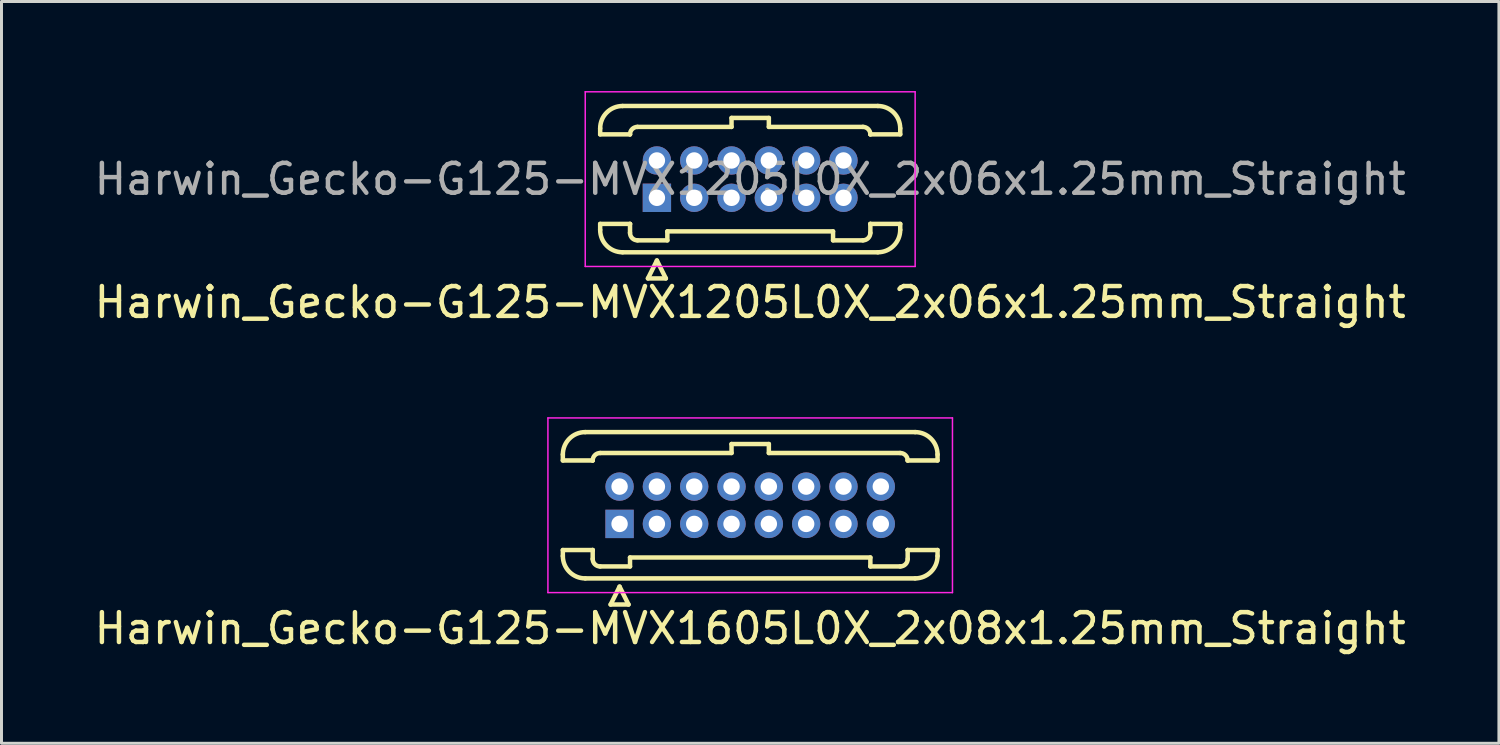
<source format=kicad_pcb>
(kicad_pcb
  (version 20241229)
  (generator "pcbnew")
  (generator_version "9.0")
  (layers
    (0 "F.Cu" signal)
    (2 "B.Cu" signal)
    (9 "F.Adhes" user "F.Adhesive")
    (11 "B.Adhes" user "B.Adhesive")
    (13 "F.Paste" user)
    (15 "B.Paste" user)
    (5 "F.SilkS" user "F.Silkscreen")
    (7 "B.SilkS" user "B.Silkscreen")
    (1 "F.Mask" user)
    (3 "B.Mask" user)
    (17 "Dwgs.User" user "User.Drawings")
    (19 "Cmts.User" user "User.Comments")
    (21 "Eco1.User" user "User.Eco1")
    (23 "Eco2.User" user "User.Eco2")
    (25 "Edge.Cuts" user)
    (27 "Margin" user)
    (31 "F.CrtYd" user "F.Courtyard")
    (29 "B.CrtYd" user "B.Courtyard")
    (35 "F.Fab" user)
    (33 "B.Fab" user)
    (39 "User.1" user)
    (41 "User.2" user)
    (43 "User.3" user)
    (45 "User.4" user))
  (footprint "Harwin_Gecko-G125-MVX1205L0X_2x06x1.25mm_Straight"
    (layer "F.Cu")
    (at 18.952 3.575)
    (property "Reference" "Harwin_Gecko-G125-MVX1205L0X_2x06x1.25mm_Straight" (at 3.125 3.5 0) (layer "F.SilkS") (effects (font (size 1 1) (thickness 0.15))))
    (attr through_hole)
    (fp_line (start -1.9 -2.325) (end -1.9 -2.125) (stroke (width 0.15) (type solid)) (layer "F.SilkS"))
    (fp_line (start -1.9 -2.125) (end -0.9 -2.125) (stroke (width 0.15) (type solid)) (layer "F.SilkS"))
    (fp_line (start -1.9 0.875) (end -0.9 0.875) (stroke (width 0.15) (type solid)) (layer "F.SilkS"))
    (fp_line (start -1.9 1.075) (end -1.9 0.875) (stroke (width 0.15) (type solid)) (layer "F.SilkS"))
    (fp_line (start -1.15 -3.075) (end 7.4 -3.075) (stroke (width 0.15) (type solid)) (layer "F.SilkS"))
    (fp_line (start -1.15 1.825) (end 7.4 1.825) (stroke (width 0.15) (type solid)) (layer "F.SilkS"))
    (fp_line (start -0.9 -2.125) (end -0.9 -2.125) (stroke (width 0.15) (type solid)) (layer "F.SilkS"))
    (fp_line (start -0.9 0.875) (end -0.9 0.875) (stroke (width 0.15) (type solid)) (layer "F.SilkS"))
    (fp_line (start -0.9 1.175) (end -0.9 0.875) (stroke (width 0.15) (type solid)) (layer "F.SilkS"))
    (fp_line (start -0.65 -2.375) (end 2.5 -2.375) (stroke (width 0.15) (type solid)) (layer "F.SilkS"))
    (fp_line (start -0.65 1.425) (end 0.35 1.425) (stroke (width 0.15) (type solid)) (layer "F.SilkS"))
    (fp_line (start -0.3 2.7) (end 0.3 2.7) (stroke (width 0.15) (type solid)) (layer "F.SilkS"))
    (fp_line (start 0 2.1) (end -0.3 2.7) (stroke (width 0.15) (type solid)) (layer "F.SilkS"))
    (fp_line (start 0.3 2.7) (end 0 2.1) (stroke (width 0.15) (type solid)) (layer "F.SilkS"))
    (fp_line (start 0.35 1.125) (end 5.9 1.125) (stroke (width 0.15) (type solid)) (layer "F.SilkS"))
    (fp_line (start 0.35 1.425) (end 0.35 1.125) (stroke (width 0.15) (type solid)) (layer "F.SilkS"))
    (fp_line (start 2.5 -2.675) (end 3.75 -2.675) (stroke (width 0.15) (type solid)) (layer "F.SilkS"))
    (fp_line (start 2.5 -2.375) (end 2.5 -2.675) (stroke (width 0.15) (type solid)) (layer "F.SilkS"))
    (fp_line (start 3.75 -2.675) (end 3.75 -2.375) (stroke (width 0.15) (type solid)) (layer "F.SilkS"))
    (fp_line (start 3.75 -2.375) (end 6.9 -2.375) (stroke (width 0.15) (type solid)) (layer "F.SilkS"))
    (fp_line (start 5.9 1.125) (end 5.9 1.425) (stroke (width 0.15) (type solid)) (layer "F.SilkS"))
    (fp_line (start 5.9 1.425) (end 6.9 1.425) (stroke (width 0.15) (type solid)) (layer "F.SilkS"))
    (fp_line (start 7.15 -2.125) (end 7.15 -2.125) (stroke (width 0.15) (type solid)) (layer "F.SilkS"))
    (fp_line (start 7.15 0.875) (end 7.15 0.875) (stroke (width 0.15) (type solid)) (layer "F.SilkS"))
    (fp_line (start 7.15 1.175) (end 7.15 0.875) (stroke (width 0.15) (type solid)) (layer "F.SilkS"))
    (fp_line (start 8.15 -2.325) (end 8.15 -2.125) (stroke (width 0.15) (type solid)) (layer "F.SilkS"))
    (fp_line (start 8.15 -2.125) (end 7.15 -2.125) (stroke (width 0.15) (type solid)) (layer "F.SilkS"))
    (fp_line (start 8.15 0.875) (end 7.15 0.875) (stroke (width 0.15) (type solid)) (layer "F.SilkS"))
    (fp_line (start 8.15 1.075) (end 8.15 0.875) (stroke (width 0.15) (type solid)) (layer "F.SilkS"))
    (fp_arc (start -1.9 -2.325) (mid -1.68033 -2.85533) (end -1.15 -3.075) (stroke (width 0.15) (type solid)) (layer "F.SilkS"))
    (fp_arc (start -1.15 1.825) (mid -1.68033 1.60533) (end -1.9 1.075) (stroke (width 0.15) (type solid)) (layer "F.SilkS"))
    (fp_arc (start -0.9 -2.125) (mid -0.826777 -2.301777) (end -0.65 -2.375) (stroke (width 0.15) (type solid)) (layer "F.SilkS"))
    (fp_arc (start -0.65 1.425) (mid -0.826777 1.351777) (end -0.9 1.175) (stroke (width 0.15) (type solid)) (layer "F.SilkS"))
    (fp_arc (start 6.9 -2.375) (mid 7.076777 -2.301777) (end 7.15 -2.125) (stroke (width 0.15) (type solid)) (layer "F.SilkS"))
    (fp_arc (start 7.15 1.175) (mid 7.076777 1.351777) (end 6.9 1.425) (stroke (width 0.15) (type solid)) (layer "F.SilkS"))
    (fp_arc (start 7.4 -3.075) (mid 7.93033 -2.85533) (end 8.15 -2.325) (stroke (width 0.15) (type solid)) (layer "F.SilkS"))
    (fp_arc (start 8.15 1.075) (mid 7.93033 1.60533) (end 7.4 1.825) (stroke (width 0.15) (type solid)) (layer "F.SilkS"))
    (fp_line (start -2.4 -3.55) (end -2.4 2.3) (stroke (width 0.05) (type solid)) (layer "F.CrtYd"))
    (fp_line (start -2.4 2.3) (end 8.65 2.3) (stroke (width 0.05) (type solid)) (layer "F.CrtYd"))
    (fp_line (start 8.65 -3.55) (end -2.4 -3.55) (stroke (width 0.05) (type solid)) (layer "F.CrtYd"))
    (fp_line (start 8.65 2.3) (end 8.65 -3.55) (stroke (width 0.05) (type solid)) (layer "F.CrtYd"))
    (fp_text user "${REFERENCE}" (at 3.125 -0.625 0) (layer "F.Fab") (effects (font (size 1 1) (thickness 0.15))))
    (pad "1" thru_hole rect (at 0 0) (size 0.95 0.95) (drill 0.55) (layers "*.Cu" "*.Mask"))
    (pad "2" thru_hole circle (at 1.25 0) (size 0.95 0.95) (drill 0.55) (layers "*.Cu" "*.Mask"))
    (pad "3" thru_hole circle (at 2.5 0) (size 0.95 0.95) (drill 0.55) (layers "*.Cu" "*.Mask"))
    (pad "4" thru_hole circle (at 3.75 0) (size 0.95 0.95) (drill 0.55) (layers "*.Cu" "*.Mask"))
    (pad "5" thru_hole circle (at 5 0) (size 0.95 0.95) (drill 0.55) (layers "*.Cu" "*.Mask"))
    (pad "6" thru_hole circle (at 6.25 0) (size 0.95 0.95) (drill 0.55) (layers "*.Cu" "*.Mask"))
    (pad "7" thru_hole circle (at 0 -1.25) (size 0.95 0.95) (drill 0.55) (layers "*.Cu" "*.Mask"))
    (pad "8" thru_hole circle (at 1.25 -1.25) (size 0.95 0.95) (drill 0.55) (layers "*.Cu" "*.Mask"))
    (pad "9" thru_hole circle (at 2.5 -1.25) (size 0.95 0.95) (drill 0.55) (layers "*.Cu" "*.Mask"))
    (pad "10" thru_hole circle (at 3.75 -1.25) (size 0.95 0.95) (drill 0.55) (layers "*.Cu" "*.Mask"))
    (pad "11" thru_hole circle (at 5 -1.25) (size 0.95 0.95) (drill 0.55) (layers "*.Cu" "*.Mask"))
    (pad "12" thru_hole circle (at 6.25 -1.25) (size 0.95 0.95) (drill 0.55) (layers "*.Cu" "*.Mask")))
  (footprint "Harwin_Gecko-G125-MVX1605L0X_2x08x1.25mm_Straight"
    (layer "F.Cu")
    (at 17.702 14.498)
    (property "Reference" "Harwin_Gecko-G125-MVX1605L0X_2x08x1.25mm_Straight" (at 4.375 3.5 0) (layer "F.SilkS") (effects (font (size 1 1) (thickness 0.15))))
    (attr through_hole)
    (fp_line (start -1.9 -2.325) (end -1.9 -2.125) (stroke (width 0.15) (type solid)) (layer "F.SilkS"))
    (fp_line (start -1.9 -2.125) (end -0.9 -2.125) (stroke (width 0.15) (type solid)) (layer "F.SilkS"))
    (fp_line (start -1.9 0.875) (end -0.9 0.875) (stroke (width 0.15) (type solid)) (layer "F.SilkS"))
    (fp_line (start -1.9 1.075) (end -1.9 0.875) (stroke (width 0.15) (type solid)) (layer "F.SilkS"))
    (fp_line (start -1.15 -3.075) (end 9.9 -3.075) (stroke (width 0.15) (type solid)) (layer "F.SilkS"))
    (fp_line (start -1.15 1.825) (end 9.9 1.825) (stroke (width 0.15) (type solid)) (layer "F.SilkS"))
    (fp_line (start -0.9 -2.125) (end -0.9 -2.125) (stroke (width 0.15) (type solid)) (layer "F.SilkS"))
    (fp_line (start -0.9 0.875) (end -0.9 0.875) (stroke (width 0.15) (type solid)) (layer "F.SilkS"))
    (fp_line (start -0.9 1.175) (end -0.9 0.875) (stroke (width 0.15) (type solid)) (layer "F.SilkS"))
    (fp_line (start -0.65 -2.375) (end 3.75 -2.375) (stroke (width 0.15) (type solid)) (layer "F.SilkS"))
    (fp_line (start -0.65 1.425) (end 0.35 1.425) (stroke (width 0.15) (type solid)) (layer "F.SilkS"))
    (fp_line (start -0.3 2.7) (end 0.3 2.7) (stroke (width 0.15) (type solid)) (layer "F.SilkS"))
    (fp_line (start 0 2.1) (end -0.3 2.7) (stroke (width 0.15) (type solid)) (layer "F.SilkS"))
    (fp_line (start 0.3 2.7) (end 0 2.1) (stroke (width 0.15) (type solid)) (layer "F.SilkS"))
    (fp_line (start 0.35 1.125) (end 8.4 1.125) (stroke (width 0.15) (type solid)) (layer "F.SilkS"))
    (fp_line (start 0.35 1.425) (end 0.35 1.125) (stroke (width 0.15) (type solid)) (layer "F.SilkS"))
    (fp_line (start 3.75 -2.675) (end 5 -2.675) (stroke (width 0.15) (type solid)) (layer "F.SilkS"))
    (fp_line (start 3.75 -2.375) (end 3.75 -2.675) (stroke (width 0.15) (type solid)) (layer "F.SilkS"))
    (fp_line (start 5 -2.675) (end 5 -2.375) (stroke (width 0.15) (type solid)) (layer "F.SilkS"))
    (fp_line (start 5 -2.375) (end 9.4 -2.375) (stroke (width 0.15) (type solid)) (layer "F.SilkS"))
    (fp_line (start 8.4 1.125) (end 8.4 1.425) (stroke (width 0.15) (type solid)) (layer "F.SilkS"))
    (fp_line (start 8.4 1.425) (end 9.4 1.425) (stroke (width 0.15) (type solid)) (layer "F.SilkS"))
    (fp_line (start 9.65 -2.125) (end 9.65 -2.125) (stroke (width 0.15) (type solid)) (layer "F.SilkS"))
    (fp_line (start 9.65 0.875) (end 9.65 0.875) (stroke (width 0.15) (type solid)) (layer "F.SilkS"))
    (fp_line (start 9.65 1.175) (end 9.65 0.875) (stroke (width 0.15) (type solid)) (layer "F.SilkS"))
    (fp_line (start 10.65 -2.325) (end 10.65 -2.125) (stroke (width 0.15) (type solid)) (layer "F.SilkS"))
    (fp_line (start 10.65 -2.125) (end 9.65 -2.125) (stroke (width 0.15) (type solid)) (layer "F.SilkS"))
    (fp_line (start 10.65 0.875) (end 9.65 0.875) (stroke (width 0.15) (type solid)) (layer "F.SilkS"))
    (fp_line (start 10.65 1.075) (end 10.65 0.875) (stroke (width 0.15) (type solid)) (layer "F.SilkS"))
    (fp_arc (start -1.9 -2.325) (mid -1.68033 -2.85533) (end -1.15 -3.075) (stroke (width 0.15) (type solid)) (layer "F.SilkS"))
    (fp_arc (start -1.15 1.825) (mid -1.68033 1.60533) (end -1.9 1.075) (stroke (width 0.15) (type solid)) (layer "F.SilkS"))
    (fp_arc (start -0.9 -2.125) (mid -0.826777 -2.301777) (end -0.65 -2.375) (stroke (width 0.15) (type solid)) (layer "F.SilkS"))
    (fp_arc (start -0.65 1.425) (mid -0.826777 1.351777) (end -0.9 1.175) (stroke (width 0.15) (type solid)) (layer "F.SilkS"))
    (fp_arc (start 9.4 -2.375) (mid 9.576777 -2.301777) (end 9.65 -2.125) (stroke (width 0.15) (type solid)) (layer "F.SilkS"))
    (fp_arc (start 9.65 1.175) (mid 9.576777 1.351777) (end 9.4 1.425) (stroke (width 0.15) (type solid)) (layer "F.SilkS"))
    (fp_arc (start 9.9 -3.075) (mid 10.43033 -2.85533) (end 10.65 -2.325) (stroke (width 0.15) (type solid)) (layer "F.SilkS"))
    (fp_arc (start 10.65 1.075) (mid 10.43033 1.60533) (end 9.9 1.825) (stroke (width 0.15) (type solid)) (layer "F.SilkS"))
    (fp_line (start -2.4 -3.55) (end -2.4 2.3) (stroke (width 0.05) (type solid)) (layer "F.CrtYd"))
    (fp_line (start -2.4 2.3) (end 11.15 2.3) (stroke (width 0.05) (type solid)) (layer "F.CrtYd"))
    (fp_line (start 11.15 -3.55) (end -2.4 -3.55) (stroke (width 0.05) (type solid)) (layer "F.CrtYd"))
    (fp_line (start 11.15 2.3) (end 11.15 -3.55) (stroke (width 0.05) (type solid)) (layer "F.CrtYd"))
    (pad "1" thru_hole rect (at 0 0) (size 0.95 0.95) (drill 0.55) (layers "*.Cu" "*.Mask"))
    (pad "2" thru_hole circle (at 1.25 0) (size 0.95 0.95) (drill 0.55) (layers "*.Cu" "*.Mask"))
    (pad "3" thru_hole circle (at 2.5 0) (size 0.95 0.95) (drill 0.55) (layers "*.Cu" "*.Mask"))
    (pad "4" thru_hole circle (at 3.75 0) (size 0.95 0.95) (drill 0.55) (layers "*.Cu" "*.Mask"))
    (pad "5" thru_hole circle (at 5 0) (size 0.95 0.95) (drill 0.55) (layers "*.Cu" "*.Mask"))
    (pad "6" thru_hole circle (at 6.25 0) (size 0.95 0.95) (drill 0.55) (layers "*.Cu" "*.Mask"))
    (pad "7" thru_hole circle (at 7.5 0) (size 0.95 0.95) (drill 0.55) (layers "*.Cu" "*.Mask"))
    (pad "8" thru_hole circle (at 8.75 0) (size 0.95 0.95) (drill 0.55) (layers "*.Cu" "*.Mask"))
    (pad "9" thru_hole circle (at 0 -1.25) (size 0.95 0.95) (drill 0.55) (layers "*.Cu" "*.Mask"))
    (pad "10" thru_hole circle (at 1.25 -1.25) (size 0.95 0.95) (drill 0.55) (layers "*.Cu" "*.Mask"))
    (pad "11" thru_hole circle (at 2.5 -1.25) (size 0.95 0.95) (drill 0.55) (layers "*.Cu" "*.Mask"))
    (pad "12" thru_hole circle (at 3.75 -1.25) (size 0.95 0.95) (drill 0.55) (layers "*.Cu" "*.Mask"))
    (pad "13" thru_hole circle (at 5 -1.25) (size 0.95 0.95) (drill 0.55) (layers "*.Cu" "*.Mask"))
    (pad "14" thru_hole circle (at 6.25 -1.25) (size 0.95 0.95) (drill 0.55) (layers "*.Cu" "*.Mask"))
    (pad "15" thru_hole circle (at 7.5 -1.25) (size 0.95 0.95) (drill 0.55) (layers "*.Cu" "*.Mask"))
    (pad "16" thru_hole circle (at 8.75 -1.25) (size 0.95 0.95) (drill 0.55) (layers "*.Cu" "*.Mask")))
  (gr_rect
    (start -3 -3)
    (end 47.155 21.846)
    (stroke (width 0.1) (type default))
    (fill no)
    (layer "Edge.Cuts")))
</source>
